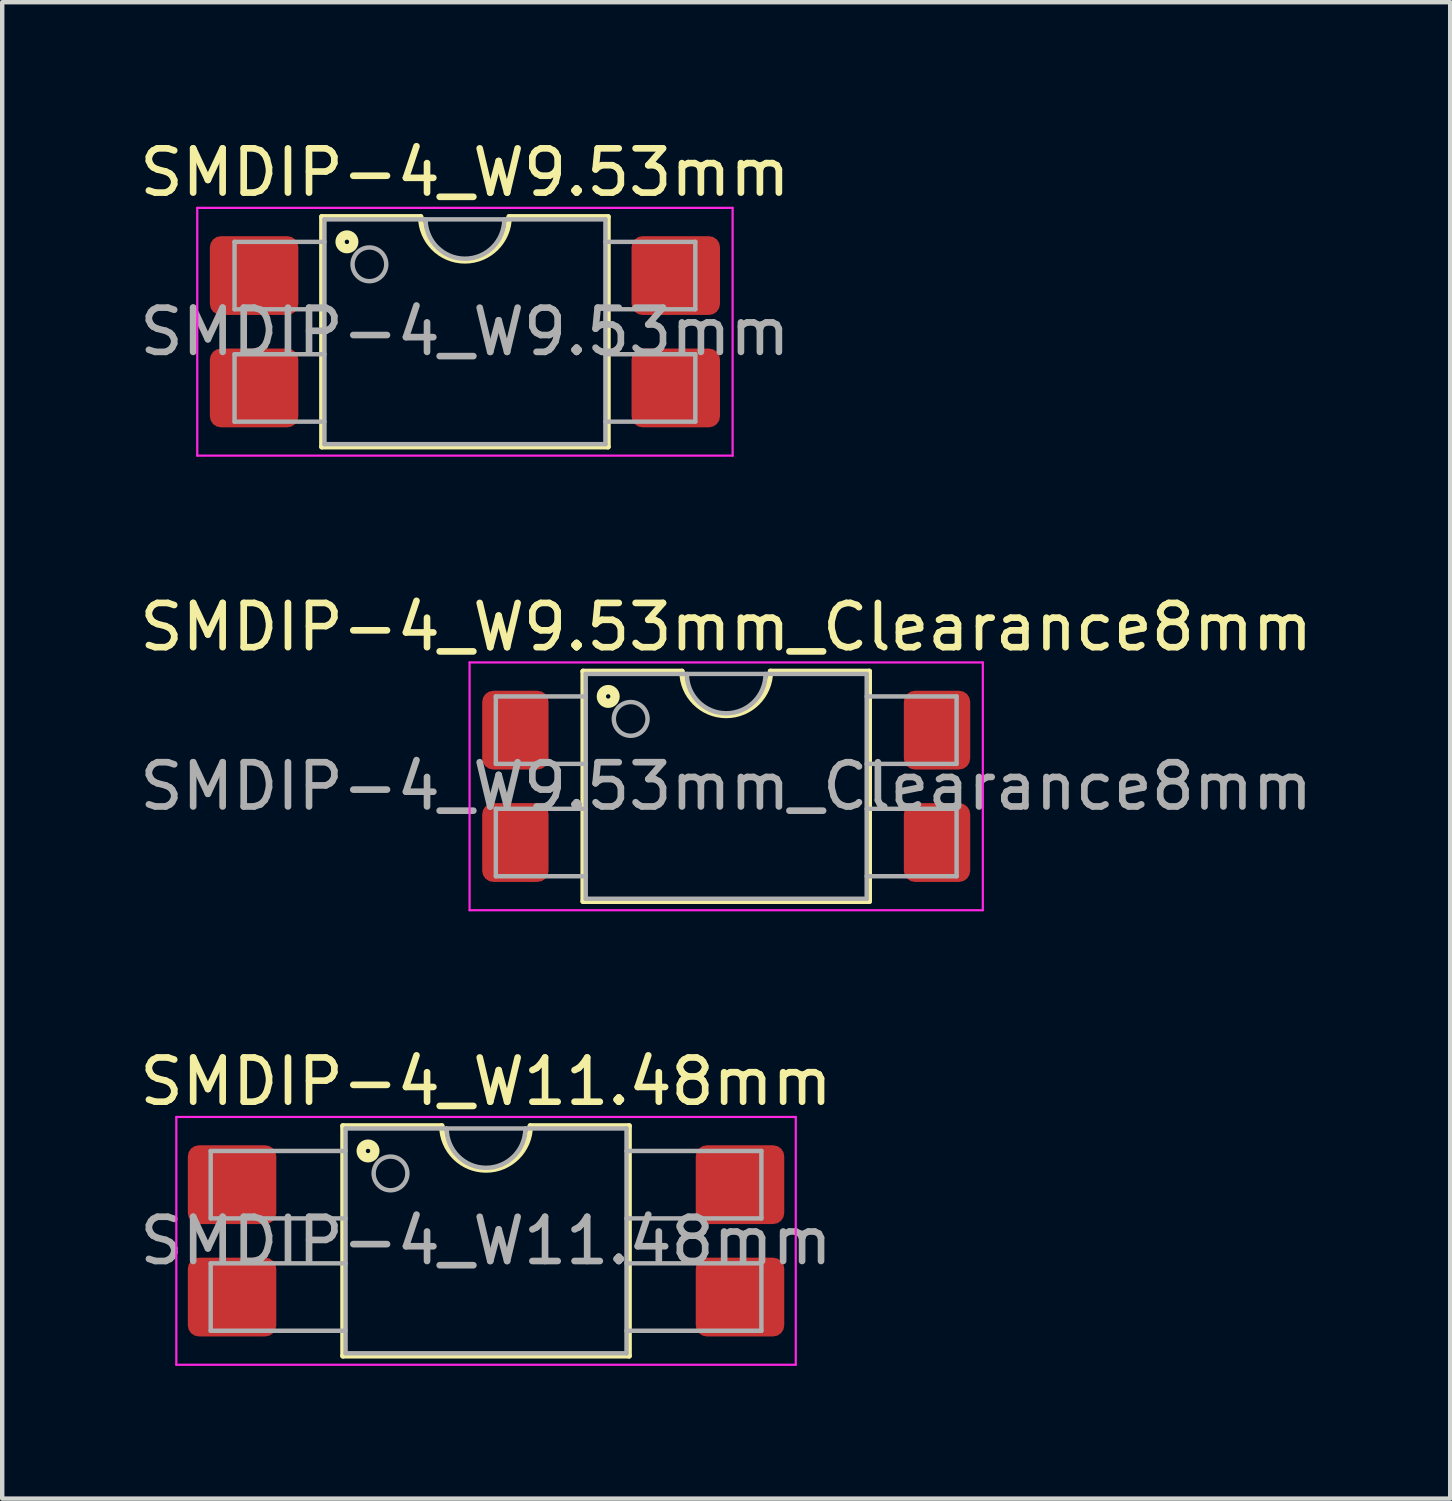
<source format=kicad_pcb>
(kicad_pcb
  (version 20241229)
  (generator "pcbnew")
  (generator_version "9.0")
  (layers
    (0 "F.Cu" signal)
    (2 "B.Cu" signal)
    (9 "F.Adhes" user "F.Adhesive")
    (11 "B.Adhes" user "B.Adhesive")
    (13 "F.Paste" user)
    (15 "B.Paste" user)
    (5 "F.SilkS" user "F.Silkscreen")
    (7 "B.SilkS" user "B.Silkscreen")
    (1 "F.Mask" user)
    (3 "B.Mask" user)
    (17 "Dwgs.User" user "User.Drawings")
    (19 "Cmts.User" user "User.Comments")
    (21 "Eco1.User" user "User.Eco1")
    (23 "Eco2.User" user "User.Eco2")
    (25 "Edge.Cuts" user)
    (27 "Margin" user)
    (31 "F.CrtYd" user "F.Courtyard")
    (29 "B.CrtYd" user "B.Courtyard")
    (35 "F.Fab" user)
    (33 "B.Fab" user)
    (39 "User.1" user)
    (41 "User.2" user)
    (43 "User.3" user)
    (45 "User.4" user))
  (footprint "SMDIP-4_W9.53mm"
    (layer "F.Cu")
    (at 7.458 4.448)
    (property "Reference" "SMDIP-4_W9.53mm" (at 0 -3.6 0) (layer "F.SilkS") (effects (font (size 1 1) (thickness 0.15))))
    (attr smd)
    (fp_line (start -3.235 -2.6) (end -3.235 2.6) (stroke (width 0.12) (type solid)) (layer "F.SilkS"))
    (fp_line (start -3.235 2.6) (end 3.235 2.6) (stroke (width 0.12) (type solid)) (layer "F.SilkS"))
    (fp_line (start -1 -2.6) (end -3.235 -2.6) (stroke (width 0.12) (type solid)) (layer "F.SilkS"))
    (fp_line (start 3.235 -2.6) (end 1 -2.6) (stroke (width 0.12) (type solid)) (layer "F.SilkS"))
    (fp_line (start 3.235 2.6) (end 3.235 -2.6) (stroke (width 0.12) (type solid)) (layer "F.SilkS"))
    (fp_arc (start 1 -2.6) (mid 0 -1.6) (end -1 -2.6) (stroke (width 0.12) (type solid)) (layer "F.SilkS"))
    (fp_circle (center -2.667 -2.032) (end -2.617 -2.032) (stroke (width 0.12) (type solid)) (fill no) (layer "F.SilkS"))
    (fp_circle (center -2.667 -2.032) (end -2.542 -2.032) (stroke (width 0.12) (type solid)) (fill no) (layer "F.SilkS"))
    (fp_circle (center -2.667 -2.032) (end -2.467 -2.032) (stroke (width 0.12) (type solid)) (fill no) (layer "F.SilkS"))
    (fp_line (start -6.05 -2.8) (end -6.05 2.8) (stroke (width 0.05) (type solid)) (layer "F.CrtYd"))
    (fp_line (start -6.05 2.8) (end 6.05 2.8) (stroke (width 0.05) (type solid)) (layer "F.CrtYd"))
    (fp_line (start 6.05 -2.8) (end -6.05 -2.8) (stroke (width 0.05) (type solid)) (layer "F.CrtYd"))
    (fp_line (start 6.05 2.8) (end 6.05 -2.8) (stroke (width 0.05) (type solid)) (layer "F.CrtYd"))
    (fp_line (start -5.207 -2.032) (end -5.207 -0.508) (stroke (width 0.1) (type solid)) (layer "F.Fab"))
    (fp_line (start -5.207 -2.032) (end -3.175 -2.032) (stroke (width 0.1) (type solid)) (layer "F.Fab"))
    (fp_line (start -5.207 -0.508) (end -3.175 -0.508) (stroke (width 0.1) (type solid)) (layer "F.Fab"))
    (fp_line (start -5.207 0.508) (end -5.207 2.032) (stroke (width 0.1) (type solid)) (layer "F.Fab"))
    (fp_line (start -5.207 0.508) (end -3.175 0.508) (stroke (width 0.1) (type solid)) (layer "F.Fab"))
    (fp_line (start -5.207 2.032) (end -3.175 2.032) (stroke (width 0.1) (type solid)) (layer "F.Fab"))
    (fp_line (start -3.175 -2.54) (end 3.175 -2.54) (stroke (width 0.1) (type solid)) (layer "F.Fab"))
    (fp_line (start -3.175 2.54) (end -3.175 -2.54) (stroke (width 0.1) (type solid)) (layer "F.Fab"))
    (fp_line (start 3.175 -2.54) (end 3.175 2.54) (stroke (width 0.1) (type solid)) (layer "F.Fab"))
    (fp_line (start 3.175 2.54) (end -3.175 2.54) (stroke (width 0.1) (type solid)) (layer "F.Fab"))
    (fp_line (start 5.207 -2.032) (end 3.175 -2.032) (stroke (width 0.1) (type solid)) (layer "F.Fab"))
    (fp_line (start 5.207 -0.508) (end 3.175 -0.508) (stroke (width 0.1) (type solid)) (layer "F.Fab"))
    (fp_line (start 5.207 -0.508) (end 5.207 -2.032) (stroke (width 0.1) (type solid)) (layer "F.Fab"))
    (fp_line (start 5.207 0.508) (end 3.175 0.508) (stroke (width 0.1) (type solid)) (layer "F.Fab"))
    (fp_line (start 5.207 2.032) (end 3.175 2.032) (stroke (width 0.1) (type solid)) (layer "F.Fab"))
    (fp_line (start 5.207 2.032) (end 5.207 0.508) (stroke (width 0.1) (type solid)) (layer "F.Fab"))
    (fp_arc (start 0.889 -2.54) (mid 0 -1.651) (end -0.889 -2.54) (stroke (width 0.1) (type solid)) (layer "F.Fab"))
    (fp_circle (center -2.159 -1.524) (end -1.778 -1.524) (stroke (width 0.1) (type solid)) (fill no) (layer "F.Fab"))
    (fp_text user "${REFERENCE}" (at 0 0 0) (layer "F.Fab") (effects (font (size 1 1) (thickness 0.15))))
    (pad "1" smd roundrect (at -4.765 -1.27) (size 2 1.78) (layers "F.Cu" "F.Mask" "F.Paste") (roundrect_rratio 0.14))
    (pad "2" smd roundrect (at -4.765 1.27) (size 2 1.78) (layers "F.Cu" "F.Mask" "F.Paste") (roundrect_rratio 0.14))
    (pad "3" smd roundrect (at 4.765 1.27) (size 2 1.78) (layers "F.Cu" "F.Mask" "F.Paste") (roundrect_rratio 0.14))
    (pad "4" smd roundrect (at 4.765 -1.27) (size 2 1.78) (layers "F.Cu" "F.Mask" "F.Paste") (roundrect_rratio 0.14)))
  (footprint "SMDIP-4_W11.48mm"
    (layer "F.Cu")
    (at 7.935 24.995)
    (property "Reference" "SMDIP-4_W11.48mm" (at 0 -3.6 0) (layer "F.SilkS") (effects (font (size 1 1) (thickness 0.15))))
    (attr smd)
    (fp_line (start -3.235 -2.6) (end -3.235 2.6) (stroke (width 0.12) (type solid)) (layer "F.SilkS"))
    (fp_line (start -3.235 2.6) (end 3.235 2.6) (stroke (width 0.12) (type solid)) (layer "F.SilkS"))
    (fp_line (start -1 -2.6) (end -3.235 -2.6) (stroke (width 0.12) (type solid)) (layer "F.SilkS"))
    (fp_line (start 3.235 -2.6) (end 1 -2.6) (stroke (width 0.12) (type solid)) (layer "F.SilkS"))
    (fp_line (start 3.235 2.6) (end 3.235 -2.6) (stroke (width 0.12) (type solid)) (layer "F.SilkS"))
    (fp_arc (start 1 -2.6) (mid 0 -1.6) (end -1 -2.6) (stroke (width 0.12) (type solid)) (layer "F.SilkS"))
    (fp_circle (center -2.667 -2.032) (end -2.617 -2.032) (stroke (width 0.12) (type solid)) (fill no) (layer "F.SilkS"))
    (fp_circle (center -2.667 -2.032) (end -2.542 -2.032) (stroke (width 0.12) (type solid)) (fill no) (layer "F.SilkS"))
    (fp_circle (center -2.667 -2.032) (end -2.467 -2.032) (stroke (width 0.12) (type solid)) (fill no) (layer "F.SilkS"))
    (fp_line (start -7 -2.8) (end -7 2.8) (stroke (width 0.05) (type solid)) (layer "F.CrtYd"))
    (fp_line (start -7 2.8) (end 7 2.8) (stroke (width 0.05) (type solid)) (layer "F.CrtYd"))
    (fp_line (start 7 -2.8) (end -7 -2.8) (stroke (width 0.05) (type solid)) (layer "F.CrtYd"))
    (fp_line (start 7 2.8) (end 7 -2.8) (stroke (width 0.05) (type solid)) (layer "F.CrtYd"))
    (fp_line (start -6.223 -2.032) (end -6.223 -0.508) (stroke (width 0.1) (type solid)) (layer "F.Fab"))
    (fp_line (start -6.223 -2.032) (end -3.175 -2.032) (stroke (width 0.1) (type solid)) (layer "F.Fab"))
    (fp_line (start -6.223 -0.508) (end -3.175 -0.508) (stroke (width 0.1) (type solid)) (layer "F.Fab"))
    (fp_line (start -6.223 0.508) (end -6.223 2.032) (stroke (width 0.1) (type solid)) (layer "F.Fab"))
    (fp_line (start -6.223 0.508) (end -3.175 0.508) (stroke (width 0.1) (type solid)) (layer "F.Fab"))
    (fp_line (start -6.223 2.032) (end -3.175 2.032) (stroke (width 0.1) (type solid)) (layer "F.Fab"))
    (fp_line (start -3.175 -2.54) (end 3.175 -2.54) (stroke (width 0.1) (type solid)) (layer "F.Fab"))
    (fp_line (start -3.175 2.54) (end -3.175 -2.54) (stroke (width 0.1) (type solid)) (layer "F.Fab"))
    (fp_line (start 3.175 -2.54) (end 3.175 2.54) (stroke (width 0.1) (type solid)) (layer "F.Fab"))
    (fp_line (start 3.175 2.54) (end -3.175 2.54) (stroke (width 0.1) (type solid)) (layer "F.Fab"))
    (fp_line (start 6.223 -2.032) (end 3.175 -2.032) (stroke (width 0.1) (type solid)) (layer "F.Fab"))
    (fp_line (start 6.223 -0.508) (end 3.175 -0.508) (stroke (width 0.1) (type solid)) (layer "F.Fab"))
    (fp_line (start 6.223 -0.508) (end 6.223 -2.032) (stroke (width 0.1) (type solid)) (layer "F.Fab"))
    (fp_line (start 6.223 0.508) (end 3.175 0.508) (stroke (width 0.1) (type solid)) (layer "F.Fab"))
    (fp_line (start 6.223 2.032) (end 3.175 2.032) (stroke (width 0.1) (type solid)) (layer "F.Fab"))
    (fp_line (start 6.223 2.032) (end 6.223 0.508) (stroke (width 0.1) (type solid)) (layer "F.Fab"))
    (fp_arc (start 0.889 -2.54) (mid 0 -1.651) (end -0.889 -2.54) (stroke (width 0.1) (type solid)) (layer "F.Fab"))
    (fp_circle (center -2.159 -1.524) (end -1.778 -1.524) (stroke (width 0.1) (type solid)) (fill no) (layer "F.Fab"))
    (fp_text user "${REFERENCE}" (at 0 0 0) (layer "F.Fab") (effects (font (size 1 1) (thickness 0.15))))
    (pad "1" smd roundrect (at -5.74 -1.27) (size 2 1.78) (layers "F.Cu" "F.Mask" "F.Paste") (roundrect_rratio 0.14))
    (pad "2" smd roundrect (at -5.74 1.27) (size 2 1.78) (layers "F.Cu" "F.Mask" "F.Paste") (roundrect_rratio 0.14))
    (pad "3" smd roundrect (at 5.74 1.27) (size 2 1.78) (layers "F.Cu" "F.Mask" "F.Paste") (roundrect_rratio 0.14))
    (pad "4" smd roundrect (at 5.74 -1.27) (size 2 1.78) (layers "F.Cu" "F.Mask" "F.Paste") (roundrect_rratio 0.14)))
  (footprint "SMDIP-4_W9.53mm_Clearance8mm"
    (layer "F.Cu")
    (at 13.363 14.722)
    (property "Reference" "SMDIP-4_W9.53mm_Clearance8mm" (at 0 -3.6 0) (layer "F.SilkS") (effects (font (size 1 1) (thickness 0.15))))
    (attr smd)
    (fp_line (start -3.235 -2.6) (end -3.235 2.6) (stroke (width 0.12) (type solid)) (layer "F.SilkS"))
    (fp_line (start -3.235 2.6) (end 3.235 2.6) (stroke (width 0.12) (type solid)) (layer "F.SilkS"))
    (fp_line (start -1 -2.6) (end -3.235 -2.6) (stroke (width 0.12) (type solid)) (layer "F.SilkS"))
    (fp_line (start 3.235 -2.6) (end 1 -2.6) (stroke (width 0.12) (type solid)) (layer "F.SilkS"))
    (fp_line (start 3.235 2.6) (end 3.235 -2.6) (stroke (width 0.12) (type solid)) (layer "F.SilkS"))
    (fp_arc (start 1 -2.6) (mid 0 -1.6) (end -1 -2.6) (stroke (width 0.12) (type solid)) (layer "F.SilkS"))
    (fp_circle (center -2.667 -2.032) (end -2.617 -2.032) (stroke (width 0.12) (type solid)) (fill no) (layer "F.SilkS"))
    (fp_circle (center -2.667 -2.032) (end -2.542 -2.032) (stroke (width 0.12) (type solid)) (fill no) (layer "F.SilkS"))
    (fp_circle (center -2.667 -2.032) (end -2.467 -2.032) (stroke (width 0.12) (type solid)) (fill no) (layer "F.SilkS"))
    (fp_line (start -5.8 -2.8) (end -5.8 2.8) (stroke (width 0.05) (type solid)) (layer "F.CrtYd"))
    (fp_line (start -5.8 2.8) (end 5.8 2.8) (stroke (width 0.05) (type solid)) (layer "F.CrtYd"))
    (fp_line (start 5.8 -2.8) (end -5.8 -2.8) (stroke (width 0.05) (type solid)) (layer "F.CrtYd"))
    (fp_line (start 5.8 2.8) (end 5.8 -2.8) (stroke (width 0.05) (type solid)) (layer "F.CrtYd"))
    (fp_line (start -5.207 -2.032) (end -5.207 -0.508) (stroke (width 0.1) (type solid)) (layer "F.Fab"))
    (fp_line (start -5.207 -2.032) (end -3.175 -2.032) (stroke (width 0.1) (type solid)) (layer "F.Fab"))
    (fp_line (start -5.207 -0.508) (end -3.175 -0.508) (stroke (width 0.1) (type solid)) (layer "F.Fab"))
    (fp_line (start -5.207 0.508) (end -5.207 2.032) (stroke (width 0.1) (type solid)) (layer "F.Fab"))
    (fp_line (start -5.207 0.508) (end -3.175 0.508) (stroke (width 0.1) (type solid)) (layer "F.Fab"))
    (fp_line (start -5.207 2.032) (end -3.175 2.032) (stroke (width 0.1) (type solid)) (layer "F.Fab"))
    (fp_line (start -3.175 -2.54) (end 3.175 -2.54) (stroke (width 0.1) (type solid)) (layer "F.Fab"))
    (fp_line (start -3.175 2.54) (end -3.175 -2.54) (stroke (width 0.1) (type solid)) (layer "F.Fab"))
    (fp_line (start 3.175 -2.54) (end 3.175 2.54) (stroke (width 0.1) (type solid)) (layer "F.Fab"))
    (fp_line (start 3.175 2.54) (end -3.175 2.54) (stroke (width 0.1) (type solid)) (layer "F.Fab"))
    (fp_line (start 5.207 -2.032) (end 3.175 -2.032) (stroke (width 0.1) (type solid)) (layer "F.Fab"))
    (fp_line (start 5.207 -0.508) (end 3.175 -0.508) (stroke (width 0.1) (type solid)) (layer "F.Fab"))
    (fp_line (start 5.207 -0.508) (end 5.207 -2.032) (stroke (width 0.1) (type solid)) (layer "F.Fab"))
    (fp_line (start 5.207 0.508) (end 3.175 0.508) (stroke (width 0.1) (type solid)) (layer "F.Fab"))
    (fp_line (start 5.207 2.032) (end 3.175 2.032) (stroke (width 0.1) (type solid)) (layer "F.Fab"))
    (fp_line (start 5.207 2.032) (end 5.207 0.508) (stroke (width 0.1) (type solid)) (layer "F.Fab"))
    (fp_arc (start 0.889 -2.54) (mid 0 -1.651) (end -0.889 -2.54) (stroke (width 0.1) (type solid)) (layer "F.Fab"))
    (fp_circle (center -2.159 -1.524) (end -1.778 -1.524) (stroke (width 0.1) (type solid)) (fill no) (layer "F.Fab"))
    (fp_text user "${REFERENCE}" (at 0 0 0) (layer "F.Fab") (effects (font (size 1 1) (thickness 0.15))))
    (pad "1" smd roundrect (at -4.765 -1.27) (size 1.5 1.78) (layers "F.Cu" "F.Mask" "F.Paste") (roundrect_rratio 0.167))
    (pad "2" smd roundrect (at -4.765 1.27) (size 1.5 1.78) (layers "F.Cu" "F.Mask" "F.Paste") (roundrect_rratio 0.167))
    (pad "3" smd roundrect (at 4.765 1.27) (size 1.5 1.78) (layers "F.Cu" "F.Mask" "F.Paste") (roundrect_rratio 0.167))
    (pad "4" smd roundrect (at 4.765 -1.27) (size 1.5 1.78) (layers "F.Cu" "F.Mask" "F.Paste") (roundrect_rratio 0.167)))
  (gr_rect
    (start -3 -3)
    (end 29.726 30.82)
    (stroke (width 0.1) (type default))
    (fill no)
    (layer "Edge.Cuts")))
</source>
